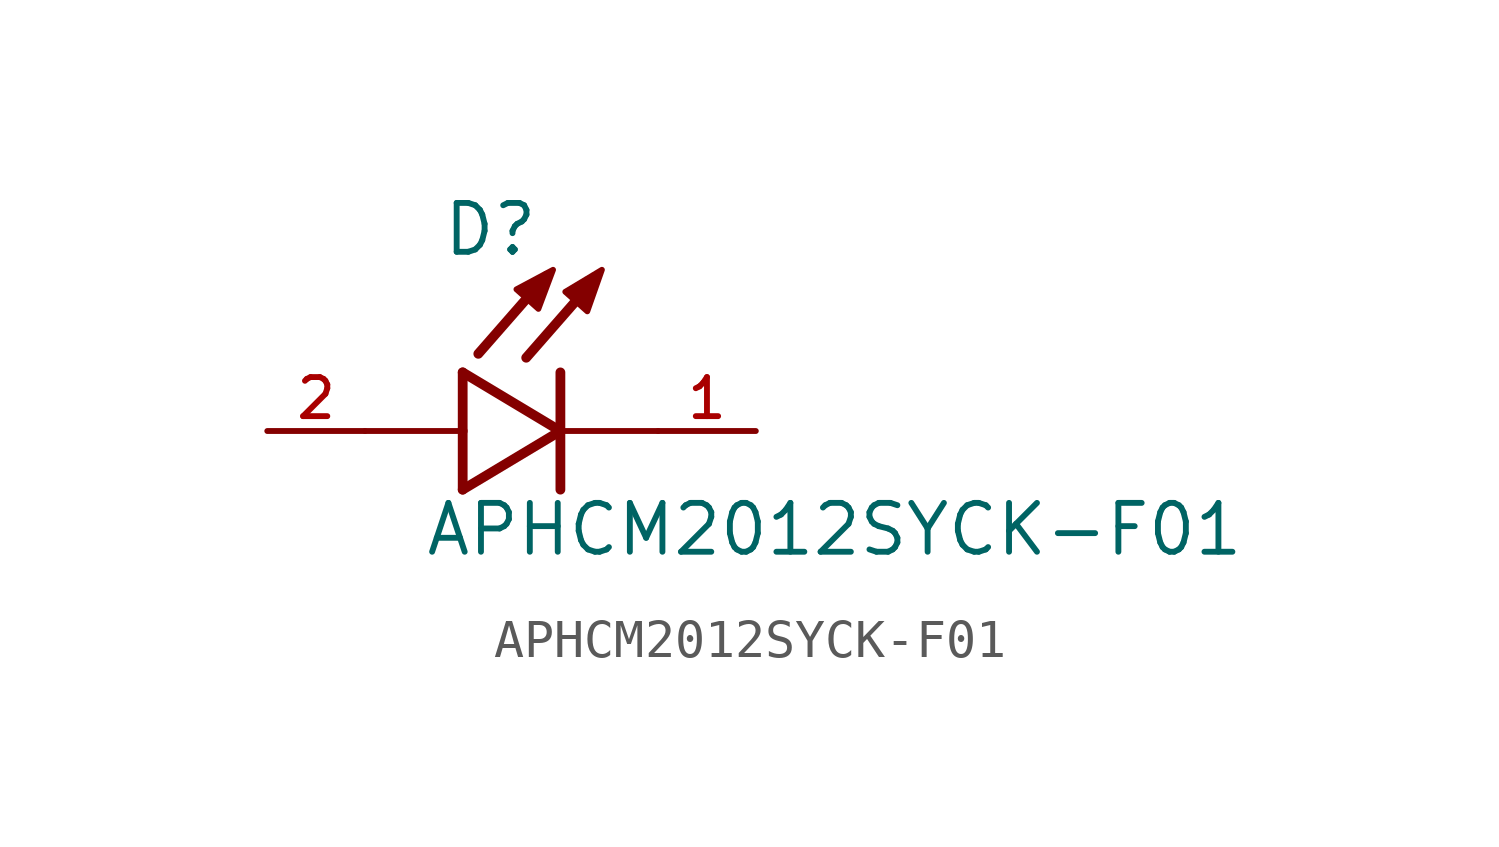
<source format=kicad_sym>
(kicad_symbol_lib
  (version 20211014)
  (generator kicad_symbol_editor)
  (symbol "APHCM2012SYCK-F01"
    (pin_names
      (offset 1.016))
    (property "Reference" "D"
      (at -3.099 4.496 0)
      (effects (font (size 1.27 1.27)) (justify bottom left)))
    (property "Value" "APHCM2012SYCK-F01"
      (at -3.556 -3.302 0)
      (effects (font (size 1.27 1.27)) (justify bottom left)))
    (symbol "APHCM2012SYCK-F01_0_0"
      (polyline (pts (xy -2.54 1.524) (xy -2.54 0.0)) (stroke (width 0.254)))
      (polyline (pts (xy -2.54 0.0) (xy -2.54 -1.524)) (stroke (width 0.254)))
      (polyline (pts (xy -2.54 -1.524) (xy 0.0 0.0)) (stroke (width 0.254)))
      (polyline (pts (xy 0.0 0.0) (xy -2.54 1.524)) (stroke (width 0.254)))
      (polyline (pts (xy 0.0 1.524) (xy 0.0 0.0)) (stroke (width 0.254)))
      (polyline (pts (xy 0.0 0.0) (xy 0.0 -1.524)) (stroke (width 0.254)))
      (polyline (pts (xy -2.54 0.0) (xy -5.08 0.0)) (stroke (width 0.152)))
      (polyline (pts (xy 0.889 3.937) (xy -0.889 1.905)) (stroke (width 0.254)))
      (polyline (pts (xy -0.356 4.039) (xy -2.134 2.007)) (stroke (width 0.254)))
      (polyline (pts (xy 2.54 0.0) (xy 0.0 0.0)) (stroke (width 0.152)))
      (polyline (pts (xy -1.143 3.683) (xy -0.572 3.175) (xy -0.191 4.191) (xy -1.143 3.683)) (stroke (width 0.152)) (fill (type outline)))
      (polyline (pts (xy 0.127 3.619) (xy 0.699 3.111) (xy 1.079 4.191) (xy 0.127 3.619)) (stroke (width 0.152)) (fill (type outline)))
      (pin passive line (at 5.08 0.0 180.0) (length 2.54) (name "~" (effects (font (size 1.016 1.016)))) (number "1" (effects (font (size 1.016 1.016)))))
      (pin passive line (at -7.62 0.0 0) (length 2.54) (name "~" (effects (font (size 1.016 1.016)))) (number "2" (effects (font (size 1.016 1.016))))))))
</source>
